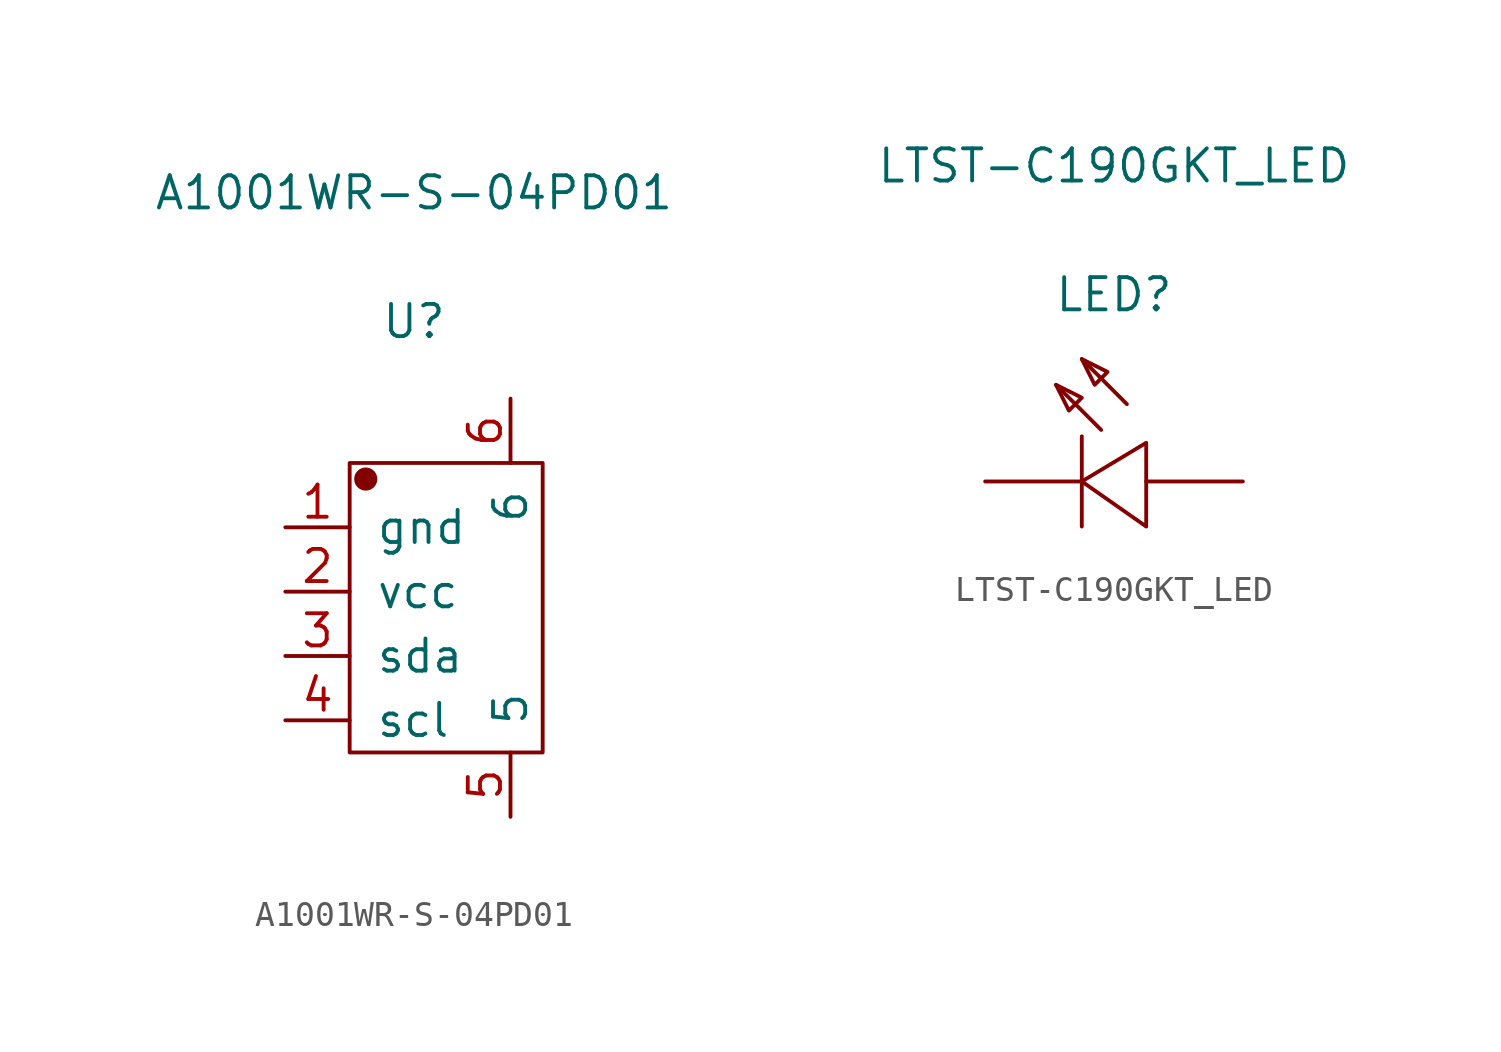
<source format=kicad_sym>
(kicad_symbol_lib
  (version 20220914)
  (generator kicad_symbol_editor)
  (symbol "A1001WR-S-04PD01"
    (pin_names
      (offset 1.016))
    (property "Reference" "U"
      (at 0 11.938 0)
      (effects (font (size 1.27 1.27))))
    (property "Value" "A1001WR-S-04PD01"
      (at 0 17.018 0)
      (effects (font (size 1.27 1.27))))
    (symbol "A1001WR-S-04PD01_1_1"
      (rectangle (start -2.54 6.35) (end 5.08 -5.08) (stroke (width 0.152) (type solid)) (fill (type none)))
      (circle (center -1.905 5.715) (radius 0.381) (stroke (width 0.152) (type solid)) (fill (type outline)))
      (pin input line (at -5.08 3.81 0) (length 2.54) (name "gnd" (effects (font (size 1.27 1.27)))) (number "1" (effects (font (size 1.27 1.27)))))
      (pin input line (at -5.08 1.27 0) (length 2.54) (name "vcc" (effects (font (size 1.27 1.27)))) (number "2" (effects (font (size 1.27 1.27)))))
      (pin input line (at -5.08 -1.27 0) (length 2.54) (name "sda" (effects (font (size 1.27 1.27)))) (number "3" (effects (font (size 1.27 1.27)))))
      (pin input line (at -5.08 -3.81 0) (length 2.54) (name "scl" (effects (font (size 1.27 1.27)))) (number "4" (effects (font (size 1.27 1.27)))))
      (pin input line (at 3.81 -7.62 90) (length 2.54) (name "5" (effects (font (size 1.27 1.27)))) (number "5" (effects (font (size 1.27 1.27)))))
      (pin input line (at 3.81 8.89 270) (length 2.54) (name "6" (effects (font (size 1.27 1.27)))) (number "6" (effects (font (size 1.27 1.27)))))))
  (symbol "LTST-C190GKT_LED"
    (pin_numbers hide)
    (pin_names
      (offset 1.016) hide)
    (property "Reference" "LED"
      (at 0 4.826 0)
      (effects (font (size 1.27 1.27))))
    (property "Value" "LTST-C190GKT_LED"
      (at 0 9.906 0)
      (effects (font (size 1.27 1.27))))
    (symbol "LTST-C190GKT_LED_1_1"
      (polyline (pts (xy -1.27 -0.762) (xy -1.27 -4.318)) (stroke (width 0.152) (type solid)) (fill (type none)))
      (polyline (pts (xy -0.508 -0.508) (xy -2.286 1.27)) (stroke (width 0.152) (type solid)) (fill (type none)))
      (polyline (pts (xy 0.508 0.508) (xy -1.27 2.286)) (stroke (width 0.152) (type solid)) (fill (type none)))
      (polyline (pts (xy -2.286 1.27) (xy -1.778 0.254) (xy -1.27 0.762) (xy -2.286 1.27)) (stroke (width 0.152) (type solid)) (fill (type none)))
      (polyline (pts (xy -1.27 2.286) (xy -0.762 1.27) (xy -0.254 1.778) (xy -1.27 2.286)) (stroke (width 0.152) (type solid)) (fill (type none)))
      (polyline (pts (xy 1.27 -1.016) (xy -1.27 -2.54) (xy 1.27 -4.318) (xy 1.27 -1.016)) (stroke (width 0.152) (type solid)) (fill (type none)))
      (pin input line (at -5.08 -2.54 0) (length 3.81) (name "-" (effects (font (size 1.27 1.27)))) (number "1" (effects (font (size 1.27 1.27)))))
      (pin input line (at 5.08 -2.54 180) (length 3.81) (name "+" (effects (font (size 1.27 1.27)))) (number "2" (effects (font (size 1.27 1.27))))))))
</source>
